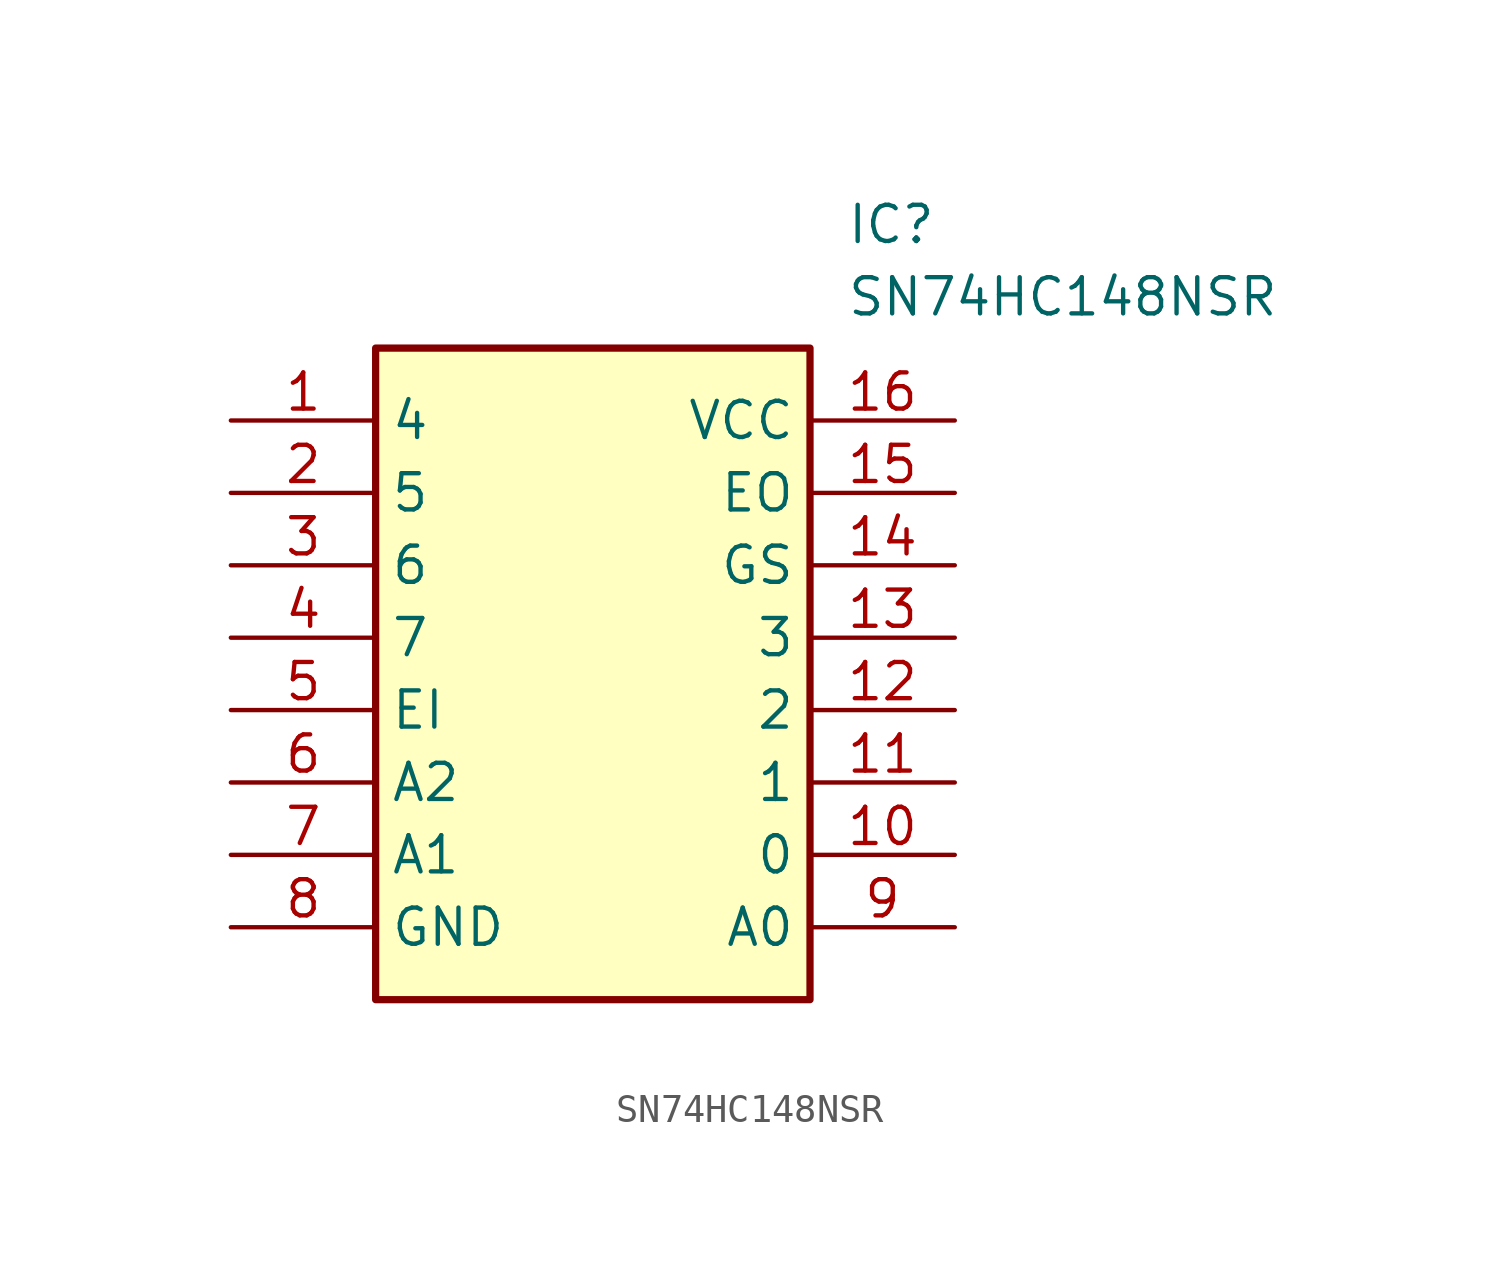
<source format=kicad_sym>
(kicad_symbol_lib
  (version 20211014)
  (generator SamacSys_ECAD_Model)
  (symbol "SN74HC148NSR"
    (property "Reference" "IC"
      (at 21.59 7.62 0)
      (effects (font (size 1.27 1.27)) (justify left top)))
    (property "Value" "SN74HC148NSR"
      (at 21.59 5.08 0)
      (effects (font (size 1.27 1.27)) (justify left top)))
    (rectangle
      (start 5.08 2.54)
      (end 20.32 -20.32)
      (stroke (width 0.254) (type default))
      (fill (type background)))
    (pin passive line
      (at 0 0 0)
      (length 5.08)
      (name "4" (effects (font (size 1.27 1.27))))
      (number "1" (effects (font (size 1.27 1.27)))))
    (pin passive line
      (at 0 -2.54 0)
      (length 5.08)
      (name "5" (effects (font (size 1.27 1.27))))
      (number "2" (effects (font (size 1.27 1.27)))))
    (pin passive line
      (at 0 -5.08 0)
      (length 5.08)
      (name "6" (effects (font (size 1.27 1.27))))
      (number "3" (effects (font (size 1.27 1.27)))))
    (pin passive line
      (at 0 -7.62 0)
      (length 5.08)
      (name "7" (effects (font (size 1.27 1.27))))
      (number "4" (effects (font (size 1.27 1.27)))))
    (pin passive line
      (at 0 -10.16 0)
      (length 5.08)
      (name "EI" (effects (font (size 1.27 1.27))))
      (number "5" (effects (font (size 1.27 1.27)))))
    (pin passive line
      (at 0 -12.7 0)
      (length 5.08)
      (name "A2" (effects (font (size 1.27 1.27))))
      (number "6" (effects (font (size 1.27 1.27)))))
    (pin passive line
      (at 0 -15.24 0)
      (length 5.08)
      (name "A1" (effects (font (size 1.27 1.27))))
      (number "7" (effects (font (size 1.27 1.27)))))
    (pin passive line
      (at 0 -17.78 0)
      (length 5.08)
      (name "GND" (effects (font (size 1.27 1.27))))
      (number "8" (effects (font (size 1.27 1.27)))))
    (pin passive line
      (at 25.4 0 180)
      (length 5.08)
      (name "VCC" (effects (font (size 1.27 1.27))))
      (number "16" (effects (font (size 1.27 1.27)))))
    (pin passive line
      (at 25.4 -2.54 180)
      (length 5.08)
      (name "EO" (effects (font (size 1.27 1.27))))
      (number "15" (effects (font (size 1.27 1.27)))))
    (pin passive line
      (at 25.4 -5.08 180)
      (length 5.08)
      (name "GS" (effects (font (size 1.27 1.27))))
      (number "14" (effects (font (size 1.27 1.27)))))
    (pin passive line
      (at 25.4 -7.62 180)
      (length 5.08)
      (name "3" (effects (font (size 1.27 1.27))))
      (number "13" (effects (font (size 1.27 1.27)))))
    (pin passive line
      (at 25.4 -10.16 180)
      (length 5.08)
      (name "2" (effects (font (size 1.27 1.27))))
      (number "12" (effects (font (size 1.27 1.27)))))
    (pin passive line
      (at 25.4 -12.7 180)
      (length 5.08)
      (name "1" (effects (font (size 1.27 1.27))))
      (number "11" (effects (font (size 1.27 1.27)))))
    (pin passive line
      (at 25.4 -15.24 180)
      (length 5.08)
      (name "0" (effects (font (size 1.27 1.27))))
      (number "10" (effects (font (size 1.27 1.27)))))
    (pin passive line
      (at 25.4 -17.78 180)
      (length 5.08)
      (name "A0" (effects (font (size 1.27 1.27))))
      (number "9" (effects (font (size 1.27 1.27)))))))
</source>
